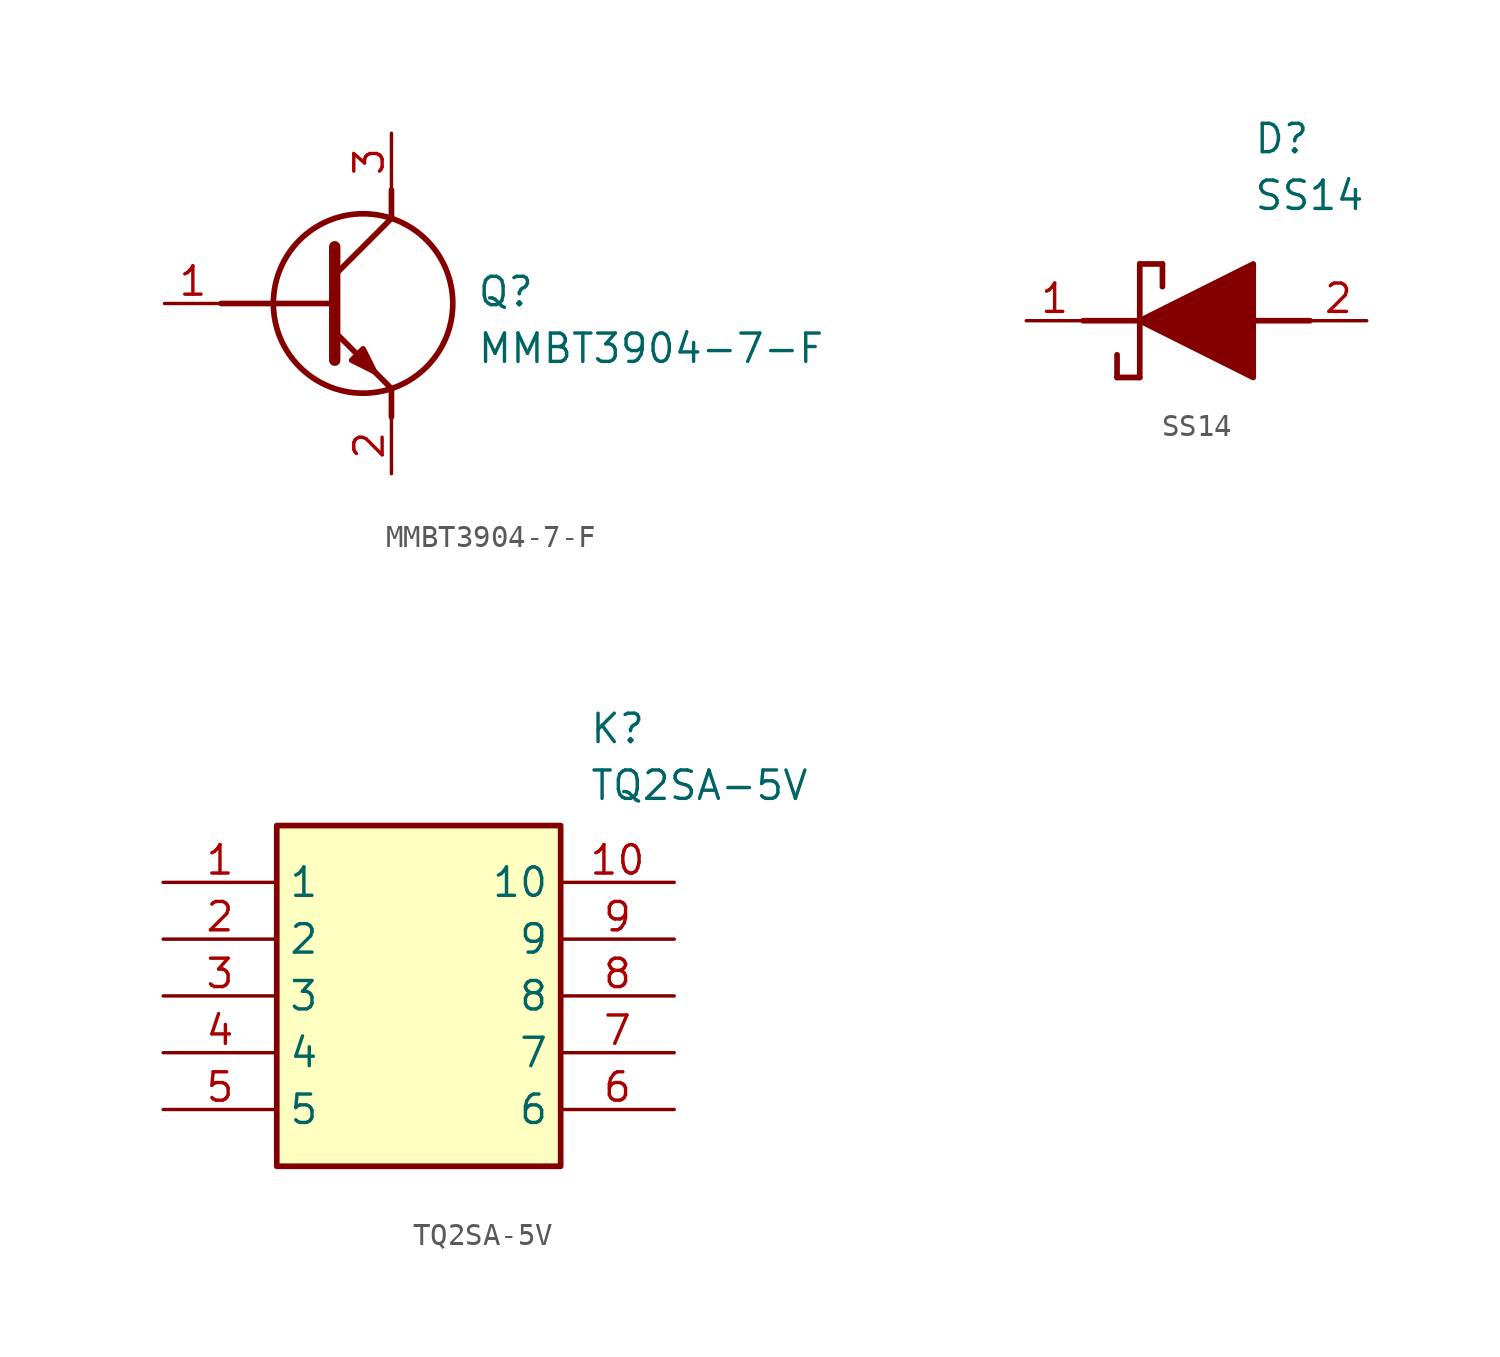
<source format=kicad_sym>
(kicad_symbol_lib
  (version 20241209)
  (generator "kicad_symbol_editor")
  (generator_version "9.0")
  (symbol "MMBT3904-7-F"
    (pin_names
      (hide yes))
    (property "Reference" "Q"
      (at 13.97 1.27 0)
      (effects (font (size 1.27 1.27)) (justify left top)))
    (property "Value" "MMBT3904-7-F"
      (at 13.97 -1.27 0)
      (effects (font (size 1.27 1.27)) (justify left top)))
    (symbol "MMBT3904-7-F_1_1"
      (polyline (pts (xy 2.54 0) (xy 7.62 0)) (stroke (width 0.254) (type default)) (fill (type none)))
      (polyline (pts (xy 7.62 2.54) (xy 7.62 -2.54)) (stroke (width 0.508) (type default)) (fill (type none)))
      (polyline (pts (xy 7.62 1.27) (xy 10.16 3.81)) (stroke (width 0.254) (type default)) (fill (type none)))
      (polyline (pts (xy 7.62 -1.27) (xy 10.16 -3.81)) (stroke (width 0.254) (type default)) (fill (type none)))
      (polyline (pts (xy 8.382 -2.54) (xy 8.89 -2.032) (xy 9.398 -3.048) (xy 8.382 -2.54)) (stroke (width 0.254) (type default)) (fill (type outline)))
      (circle (center 8.89 0) (radius 4.016) (stroke (width 0.254) (type default)) (fill (type none)))
      (polyline (pts (xy 10.16 3.81) (xy 10.16 5.08)) (stroke (width 0.254) (type default)) (fill (type none)))
      (polyline (pts (xy 10.16 -3.81) (xy 10.16 -5.08)) (stroke (width 0.254) (type default)) (fill (type none)))
      (pin passive line (at 0 0 0) (length 2.54) (name "B" (effects (font (size 1.27 1.27)))) (number "1" (effects (font (size 1.27 1.27)))))
      (pin passive line (at 10.16 7.62 270) (length 2.54) (name "C" (effects (font (size 1.27 1.27)))) (number "3" (effects (font (size 1.27 1.27)))))
      (pin passive line (at 10.16 -7.62 90) (length 2.54) (name "E" (effects (font (size 1.27 1.27)))) (number "2" (effects (font (size 1.27 1.27)))))))
  (symbol "SS14"
    (pin_names
      (hide yes))
    (property "Reference" "D"
      (at 12.7 8.89 0)
      (effects (font (size 1.27 1.27)) (justify left top)))
    (property "Value" "SS14"
      (at 12.7 6.35 0)
      (effects (font (size 1.27 1.27)) (justify left top)))
    (symbol "SS14_1_1"
      (polyline (pts (xy 5.08 0) (xy 7.62 0)) (stroke (width 0.254) (type default)) (fill (type none)))
      (polyline (pts (xy 6.604 -1.524) (xy 6.604 -2.54)) (stroke (width 0.254) (type default)) (fill (type none)))
      (polyline (pts (xy 7.62 2.54) (xy 7.62 -2.54)) (stroke (width 0.254) (type default)) (fill (type none)))
      (polyline (pts (xy 7.62 2.54) (xy 8.636 2.54)) (stroke (width 0.254) (type default)) (fill (type none)))
      (polyline (pts (xy 7.62 0) (xy 12.7 2.54) (xy 12.7 -2.54) (xy 7.62 0)) (stroke (width 0.254) (type default)) (fill (type outline)))
      (polyline (pts (xy 7.62 -2.54) (xy 6.604 -2.54)) (stroke (width 0.254) (type default)) (fill (type none)))
      (polyline (pts (xy 8.636 1.524) (xy 8.636 2.54)) (stroke (width 0.254) (type default)) (fill (type none)))
      (polyline (pts (xy 12.7 0) (xy 15.24 0)) (stroke (width 0.254) (type default)) (fill (type none)))
      (pin passive line (at 2.54 0 0) (length 2.54) (name "K" (effects (font (size 1.27 1.27)))) (number "1" (effects (font (size 1.27 1.27)))))
      (pin passive line (at 17.78 0 180) (length 2.54) (name "A" (effects (font (size 1.27 1.27)))) (number "2" (effects (font (size 1.27 1.27)))))))
  (symbol "TQ2SA-5V"
    (property "Reference" "K"
      (at 19.05 7.62 0)
      (effects (font (size 1.27 1.27)) (justify left top)))
    (property "Value" "TQ2SA-5V"
      (at 19.05 5.08 0)
      (effects (font (size 1.27 1.27)) (justify left top)))
    (symbol "TQ2SA-5V_1_1"
      (rectangle (start 5.08 2.54) (end 17.78 -12.7) (stroke (width 0.254) (type default)) (fill (type background)))
      (pin power_in line (at 0 0 0) (length 5.08) (name "1" (effects (font (size 1.27 1.27)))) (number "1" (effects (font (size 1.27 1.27)))))
      (pin bidirectional line (at 0 -2.54 0) (length 5.08) (name "2" (effects (font (size 1.27 1.27)))) (number "2" (effects (font (size 1.27 1.27)))))
      (pin bidirectional line (at 0 -5.08 0) (length 5.08) (name "3" (effects (font (size 1.27 1.27)))) (number "3" (effects (font (size 1.27 1.27)))))
      (pin bidirectional line (at 0 -7.62 0) (length 5.08) (name "4" (effects (font (size 1.27 1.27)))) (number "4" (effects (font (size 1.27 1.27)))))
      (pin bidirectional line (at 0 -10.16 0) (length 5.08) (name "5" (effects (font (size 1.27 1.27)))) (number "5" (effects (font (size 1.27 1.27)))))
      (pin bidirectional line (at 22.86 0 180) (length 5.08) (name "10" (effects (font (size 1.27 1.27)))) (number "10" (effects (font (size 1.27 1.27)))))
      (pin bidirectional line (at 22.86 -2.54 180) (length 5.08) (name "9" (effects (font (size 1.27 1.27)))) (number "9" (effects (font (size 1.27 1.27)))))
      (pin bidirectional line (at 22.86 -5.08 180) (length 5.08) (name "8" (effects (font (size 1.27 1.27)))) (number "8" (effects (font (size 1.27 1.27)))))
      (pin bidirectional line (at 22.86 -7.62 180) (length 5.08) (name "7" (effects (font (size 1.27 1.27)))) (number "7" (effects (font (size 1.27 1.27)))))
      (pin power_in line (at 22.86 -10.16 180) (length 5.08) (name "6" (effects (font (size 1.27 1.27)))) (number "6" (effects (font (size 1.27 1.27))))))))
</source>
